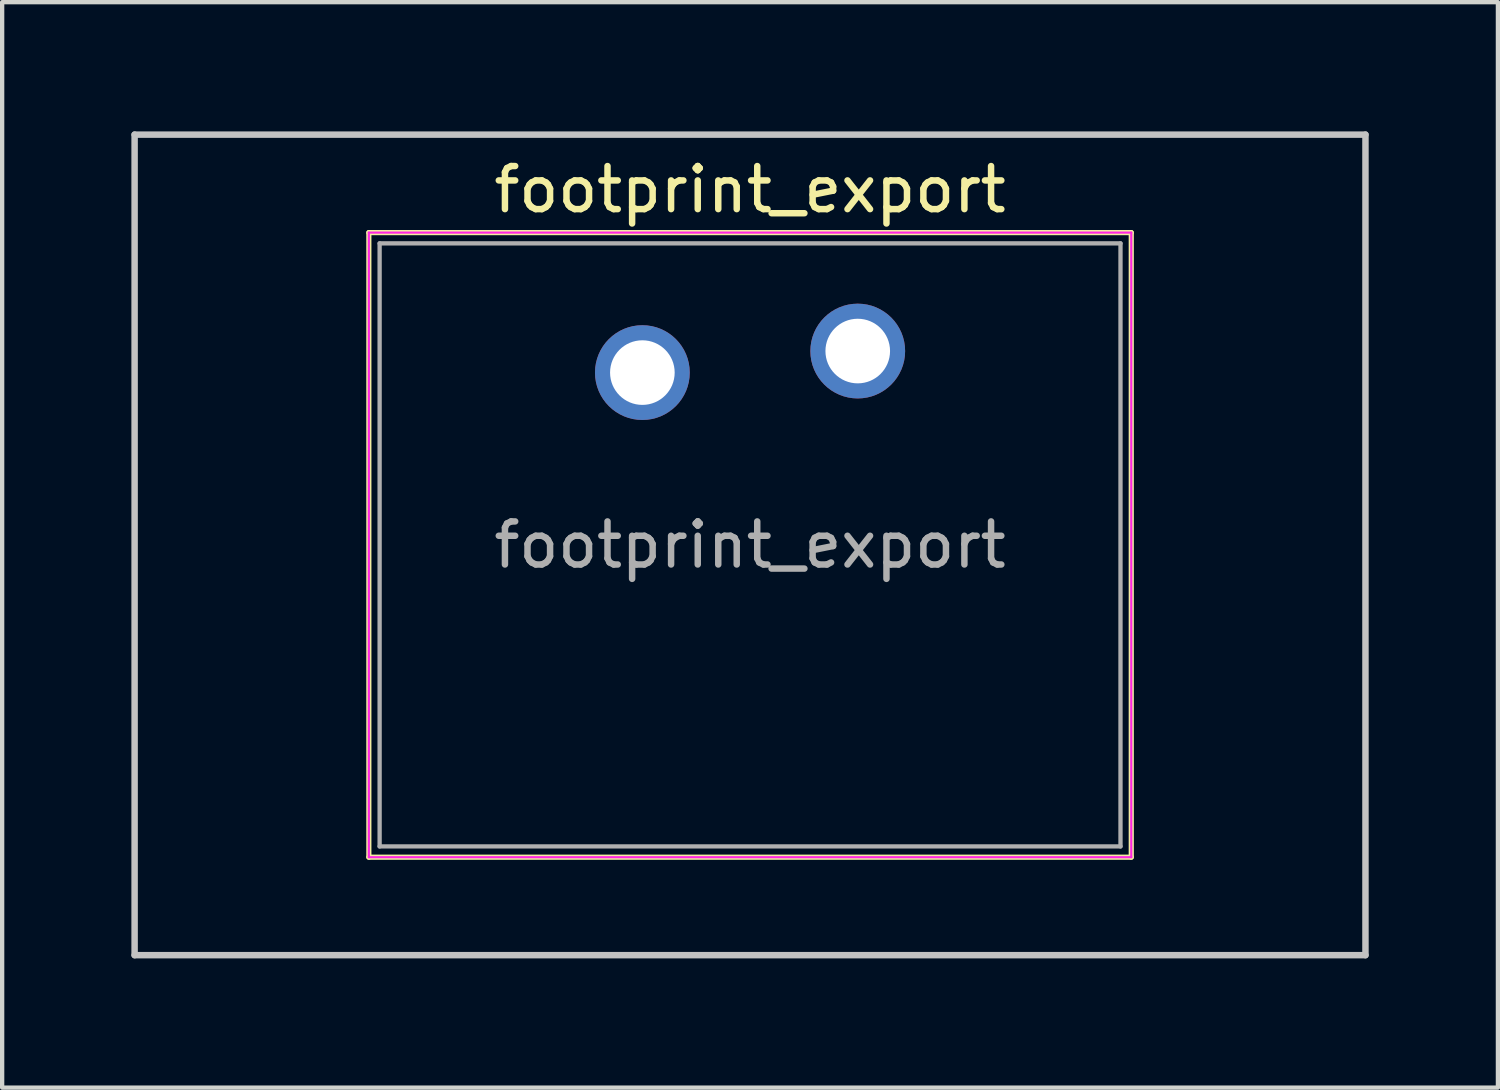
<source format=kicad_pcb>
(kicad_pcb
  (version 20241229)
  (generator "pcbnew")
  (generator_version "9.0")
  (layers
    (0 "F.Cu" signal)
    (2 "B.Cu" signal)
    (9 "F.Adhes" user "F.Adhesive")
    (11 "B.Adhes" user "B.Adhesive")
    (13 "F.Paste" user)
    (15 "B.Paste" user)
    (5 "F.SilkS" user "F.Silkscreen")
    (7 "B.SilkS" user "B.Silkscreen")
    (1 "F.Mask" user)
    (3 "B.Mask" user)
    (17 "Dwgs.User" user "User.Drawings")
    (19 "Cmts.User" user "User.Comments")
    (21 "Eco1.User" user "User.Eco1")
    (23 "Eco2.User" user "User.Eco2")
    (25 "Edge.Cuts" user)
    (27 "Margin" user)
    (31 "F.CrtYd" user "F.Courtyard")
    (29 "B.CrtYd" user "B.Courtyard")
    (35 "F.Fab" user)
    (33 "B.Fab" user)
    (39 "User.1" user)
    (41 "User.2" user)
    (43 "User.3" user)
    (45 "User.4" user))
  (footprint "footprint_export"
    (layer "F.Cu")
    (at 16.863 5.1)
    (property "Reference" "footprint_export" (at -2.5 -3.75 0) (layer "F.SilkS") (effects (font (size 1 1) (thickness 0.15))))
    (attr through_hole)
    (fp_line (start -11.35 -2.75) (end 6.35 -2.75) (stroke (width 0.12) (type solid)) (layer "F.SilkS"))
    (fp_line (start -11.35 11.75) (end -11.35 -2.75) (stroke (width 0.12) (type solid)) (layer "F.SilkS"))
    (fp_line (start 6.35 -2.75) (end 6.35 11.75) (stroke (width 0.12) (type solid)) (layer "F.SilkS"))
    (fp_line (start 6.35 11.75) (end -11.35 11.75) (stroke (width 0.12) (type solid)) (layer "F.SilkS"))
    (fp_line (start -16.788 -5.025) (end 11.787 -5.025) (stroke (width 0.15) (type solid)) (layer "Dwgs.User"))
    (fp_line (start -16.788 14.025) (end -16.788 -5.025) (stroke (width 0.15) (type solid)) (layer "Dwgs.User"))
    (fp_line (start 11.787 -5.025) (end 11.787 14.025) (stroke (width 0.15) (type solid)) (layer "Dwgs.User"))
    (fp_line (start 11.787 14.025) (end -16.788 14.025) (stroke (width 0.15) (type solid)) (layer "Dwgs.User"))
    (fp_line (start -11.35 -2.75) (end -11.35 11.75) (stroke (width 0.05) (type solid)) (layer "F.CrtYd"))
    (fp_line (start -11.35 -2.75) (end 6.35 -2.75) (stroke (width 0.05) (type solid)) (layer "F.CrtYd"))
    (fp_line (start -11.35 11.75) (end 6.35 11.75) (stroke (width 0.05) (type solid)) (layer "F.CrtYd"))
    (fp_line (start 6.35 11.75) (end 6.35 -2.75) (stroke (width 0.05) (type solid)) (layer "F.CrtYd"))
    (fp_line (start -11.1 -2.5) (end 6.1 -2.5) (stroke (width 0.1) (type solid)) (layer "F.Fab"))
    (fp_line (start -11.1 11.5) (end -11.1 -2.5) (stroke (width 0.1) (type solid)) (layer "F.Fab"))
    (fp_line (start 6.1 -2.5) (end 6.1 11.5) (stroke (width 0.1) (type solid)) (layer "F.Fab"))
    (fp_line (start 6.1 11.5) (end -11.1 11.5) (stroke (width 0.1) (type solid)) (layer "F.Fab"))
    (fp_text user "${REFERENCE}" (at -2.5 4.5 0) (layer "F.Fab") (effects (font (size 1 1) (thickness 0.15))))
    (pad "1" thru_hole circle (at 0 0) (size 2.2 2.2) (drill 1.5) (layers "*.Cu" "*.Mask"))
    (pad "2" thru_hole circle (at -5 0.5) (size 2.2 2.2) (drill 1.5) (layers "*.Cu" "*.Mask")))
  (gr_rect
    (start -3 -3)
    (end 31.725 22.2)
    (stroke (width 0.1) (type default))
    (fill no)
    (layer "Edge.Cuts")))
</source>
